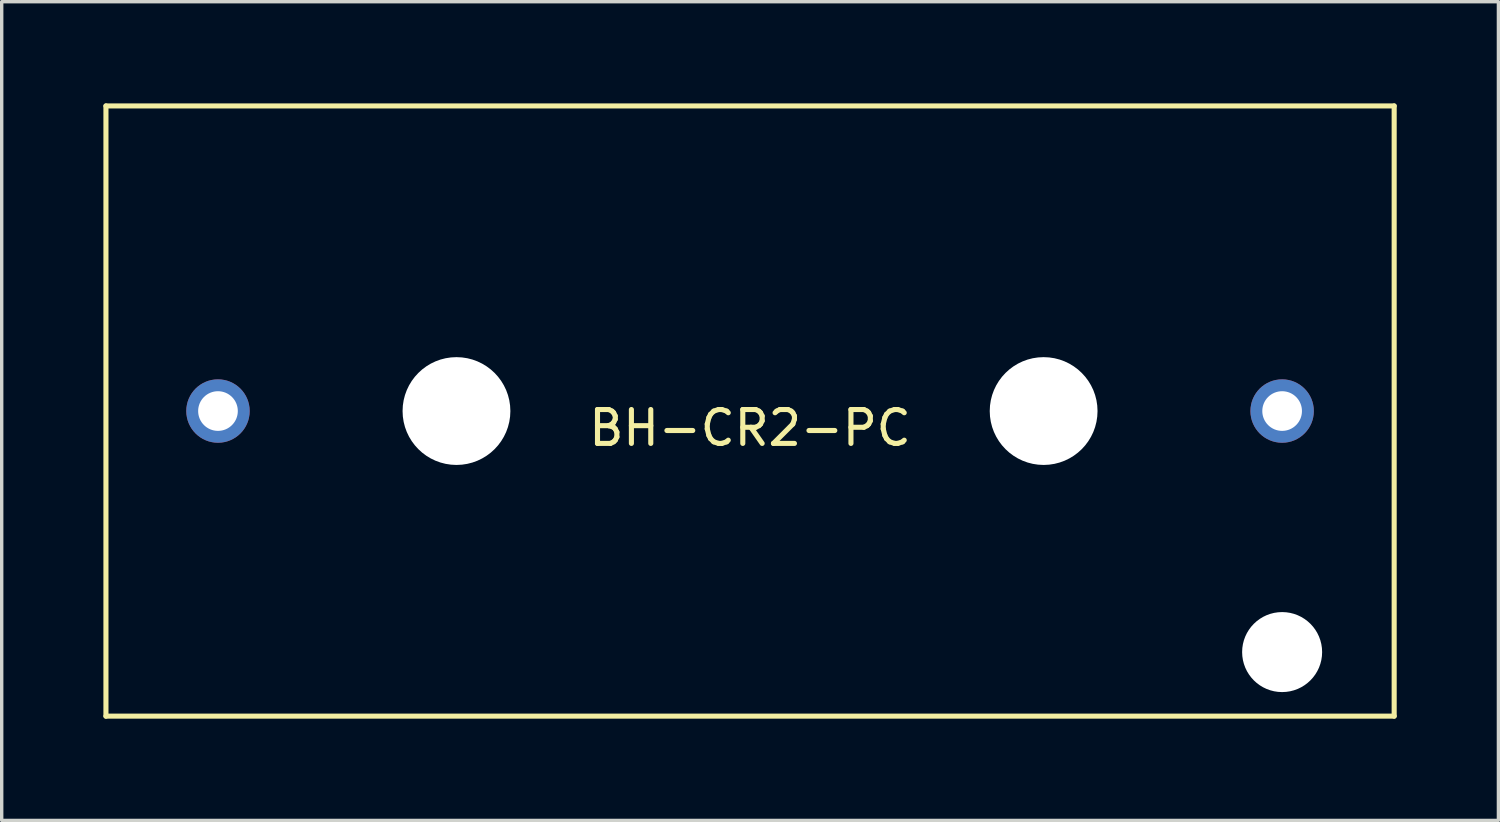
<source format=kicad_pcb>
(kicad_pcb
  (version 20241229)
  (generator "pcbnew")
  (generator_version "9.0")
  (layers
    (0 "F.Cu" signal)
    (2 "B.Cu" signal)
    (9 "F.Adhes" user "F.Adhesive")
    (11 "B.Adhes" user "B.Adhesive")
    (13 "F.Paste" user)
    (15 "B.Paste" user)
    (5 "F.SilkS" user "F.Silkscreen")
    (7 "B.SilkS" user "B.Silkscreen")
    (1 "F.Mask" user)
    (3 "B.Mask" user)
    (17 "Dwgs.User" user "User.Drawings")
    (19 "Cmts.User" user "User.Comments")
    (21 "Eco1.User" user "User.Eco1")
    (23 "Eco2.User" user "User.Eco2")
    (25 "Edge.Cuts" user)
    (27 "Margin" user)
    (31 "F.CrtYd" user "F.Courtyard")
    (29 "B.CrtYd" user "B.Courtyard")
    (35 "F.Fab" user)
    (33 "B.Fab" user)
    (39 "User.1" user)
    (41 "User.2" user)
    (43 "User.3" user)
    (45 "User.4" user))
  (footprint "BH-CR2-PC"
    (layer "F.Cu")
    (at 19.075 9.075)
    (property "Reference" "BH-CR2-PC" (at 0 0.5 0) (layer "F.SilkS") (effects (font (size 1 1) (thickness 0.15))))
    (attr through_hole)
    (fp_line (start -19 -9) (end 19 -9) (stroke (width 0.15) (type solid)) (layer "F.SilkS"))
    (fp_line (start -19 9) (end -19 -9) (stroke (width 0.15) (type solid)) (layer "F.SilkS"))
    (fp_line (start 19 -9) (end 19 9) (stroke (width 0.15) (type solid)) (layer "F.SilkS"))
    (fp_line (start 19 9) (end -19 9) (stroke (width 0.15) (type solid)) (layer "F.SilkS"))
    (pad "" np_thru_hole circle (at -8.66 0) (size 3.18 3.18) (drill 3.18) (layers "*.Cu" "*.Mask"))
    (pad "" np_thru_hole circle (at 8.66 0) (size 3.18 3.18) (drill 3.18) (layers "*.Cu" "*.Mask"))
    (pad "" np_thru_hole circle (at 15.695 7.11) (size 2.36 2.36) (drill 2.36) (layers "*.Cu" "*.Mask"))
    (pad "1" thru_hole circle (at 15.695 0) (size 1.87 1.87) (drill 1.17) (layers "*.Cu" "*.Mask"))
    (pad "2" thru_hole circle (at -15.695 0) (size 1.87 1.87) (drill 1.17) (layers "*.Cu" "*.Mask")))
  (gr_rect
    (start -3 -3)
    (end 41.15 21.15)
    (stroke (width 0.1) (type default))
    (fill no)
    (layer "Edge.Cuts")))
</source>
